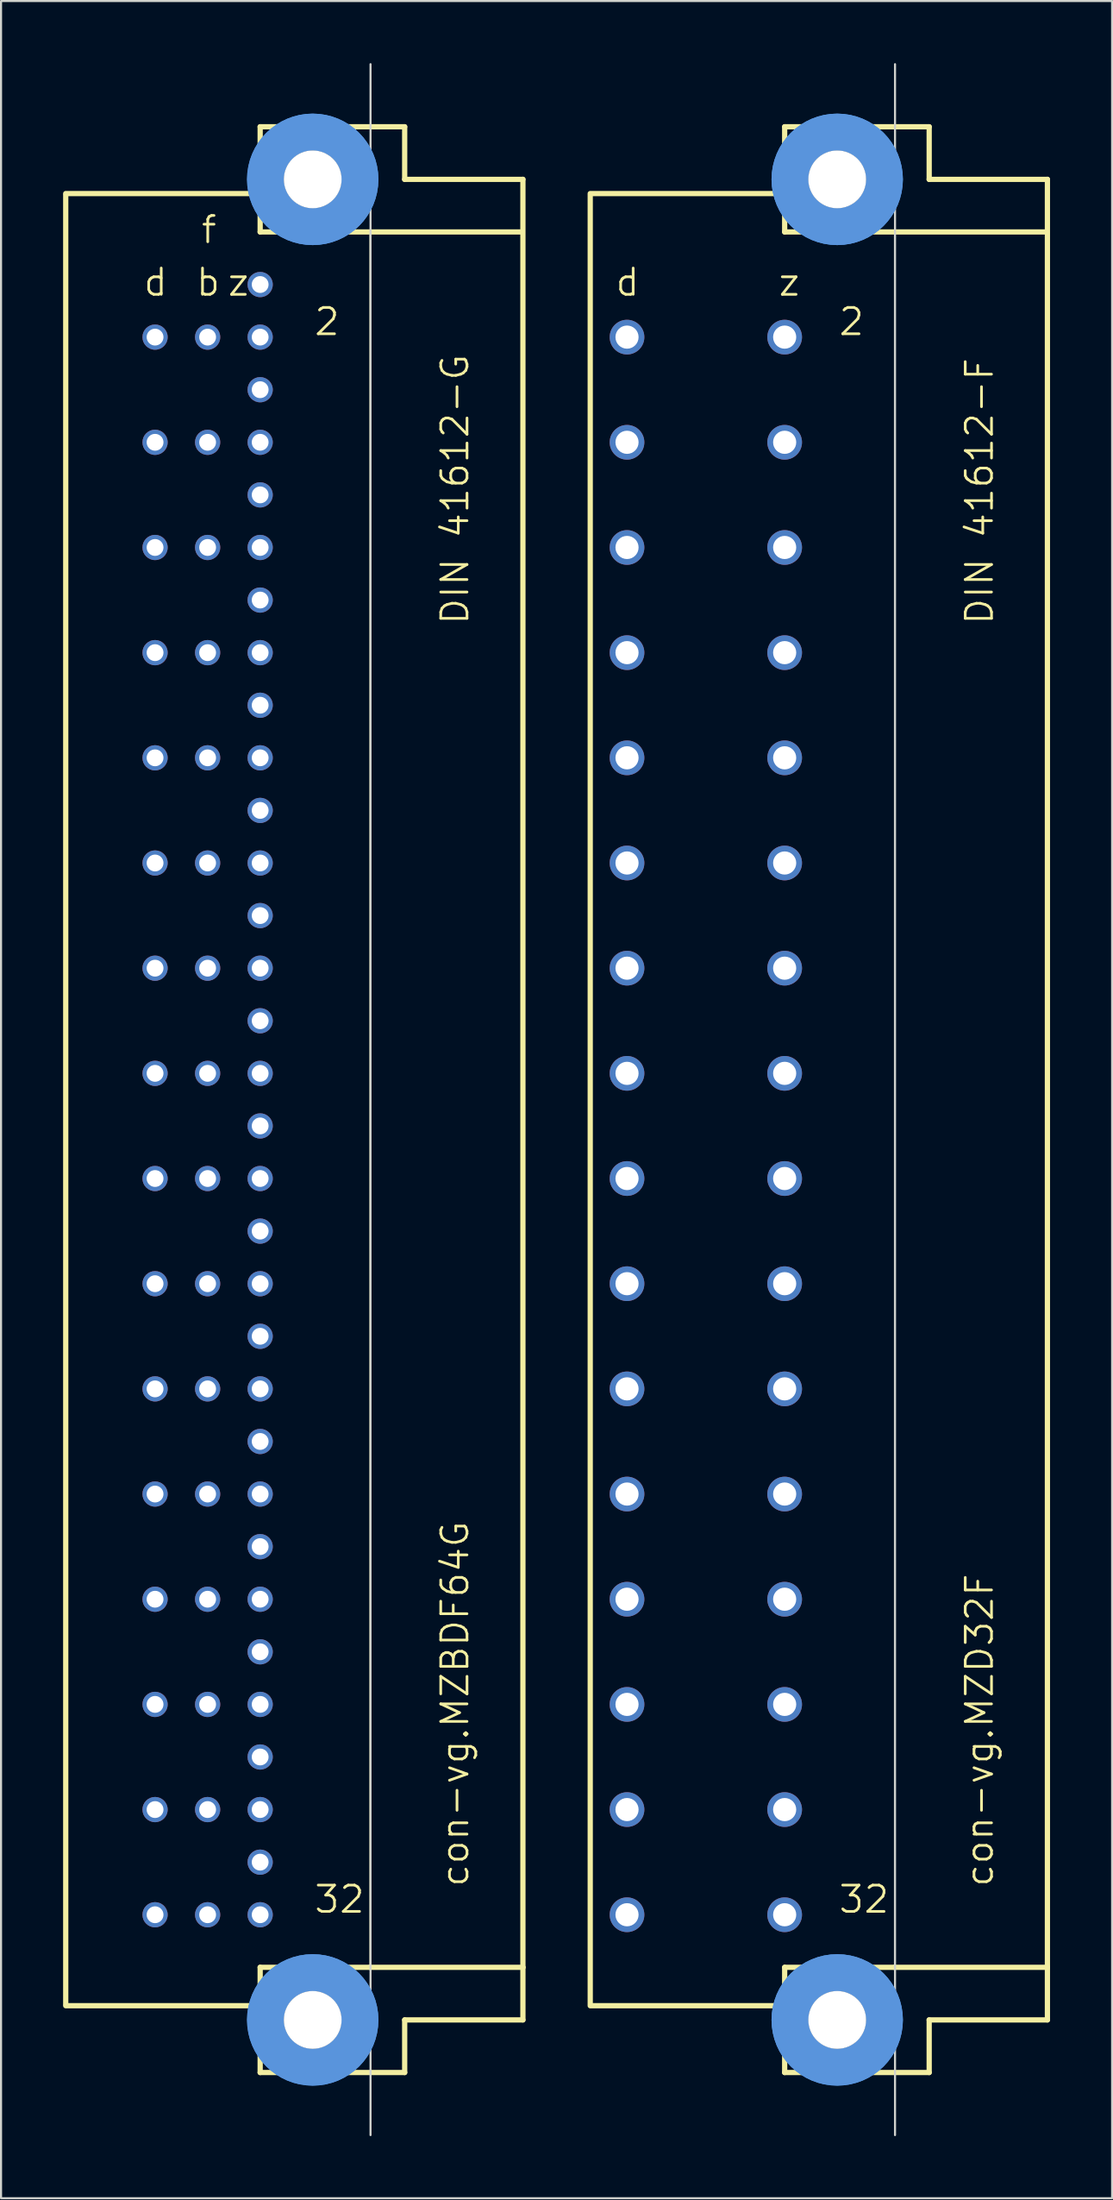
<source format=kicad_pcb>
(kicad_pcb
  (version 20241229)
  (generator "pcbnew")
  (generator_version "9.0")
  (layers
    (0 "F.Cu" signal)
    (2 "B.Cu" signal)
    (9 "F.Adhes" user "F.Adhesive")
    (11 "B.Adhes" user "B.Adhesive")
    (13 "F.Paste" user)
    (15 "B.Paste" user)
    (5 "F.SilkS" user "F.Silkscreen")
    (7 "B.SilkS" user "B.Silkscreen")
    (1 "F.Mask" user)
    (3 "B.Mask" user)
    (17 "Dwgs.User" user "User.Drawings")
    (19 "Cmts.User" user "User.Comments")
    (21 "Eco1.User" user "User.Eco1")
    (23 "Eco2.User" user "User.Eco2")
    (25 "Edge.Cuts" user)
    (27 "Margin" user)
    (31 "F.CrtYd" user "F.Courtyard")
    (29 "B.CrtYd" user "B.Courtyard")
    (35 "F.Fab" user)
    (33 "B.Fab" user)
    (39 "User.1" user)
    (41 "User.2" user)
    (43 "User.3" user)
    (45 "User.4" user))
  (footprint "con-vg.MZD32F"
    (layer "F.Cu")
    (at 37.417 50.063)
    (property "Reference" "con-vg.MZD32F" (at 7.62 38.1 90) (layer "F.SilkS") (effects (font (size 1.27 1.27) (thickness 0.13)) (justify left bottom)))
    (attr through_hole)
    (fp_line (start -11.938 -43.764) (end -2.54 -43.764) (stroke (width 0.254) (type default)) (layer "F.SilkS"))
    (fp_line (start -11.938 43.688) (end -11.938 -43.688) (stroke (width 0.254) (type default)) (layer "F.SilkS"))
    (fp_line (start -11.938 43.764) (end -2.54 43.764) (stroke (width 0.254) (type default)) (layer "F.SilkS"))
    (fp_line (start -2.54 -46.99) (end -2.54 -43.764) (stroke (width 0.254) (type default)) (layer "F.SilkS"))
    (fp_line (start -2.54 -43.764) (end -2.54 -41.91) (stroke (width 0.254) (type default)) (layer "F.SilkS"))
    (fp_line (start -2.54 -41.91) (end 10.109 -41.91) (stroke (width 0.254) (type default)) (layer "F.SilkS"))
    (fp_line (start -2.54 41.91) (end -2.54 43.764) (stroke (width 0.254) (type default)) (layer "F.SilkS"))
    (fp_line (start -2.54 41.91) (end 2.769 41.91) (stroke (width 0.254) (type default)) (layer "F.SilkS"))
    (fp_line (start -2.54 43.764) (end -2.54 46.99) (stroke (width 0.254) (type default)) (layer "F.SilkS"))
    (fp_line (start -2.54 46.99) (end 4.445 46.99) (stroke (width 0.254) (type default)) (layer "F.SilkS"))
    (fp_line (start 2.769 -41.783) (end 2.769 41.91) (stroke (width 0.051) (type default)) (layer "F.SilkS"))
    (fp_line (start 2.769 41.91) (end 10.16 41.91) (stroke (width 0.254) (type default)) (layer "F.SilkS"))
    (fp_line (start 4.445 -46.99) (end -2.54 -46.99) (stroke (width 0.254) (type default)) (layer "F.SilkS"))
    (fp_line (start 4.445 -44.45) (end 4.445 -46.99) (stroke (width 0.254) (type default)) (layer "F.SilkS"))
    (fp_line (start 4.445 44.45) (end 10.16 44.45) (stroke (width 0.254) (type default)) (layer "F.SilkS"))
    (fp_line (start 4.445 46.99) (end 4.445 44.45) (stroke (width 0.254) (type default)) (layer "F.SilkS"))
    (fp_line (start 10.16 -44.45) (end 4.445 -44.45) (stroke (width 0.254) (type default)) (layer "F.SilkS"))
    (fp_line (start 10.16 41.91) (end 10.16 -44.45) (stroke (width 0.254) (type default)) (layer "F.SilkS"))
    (fp_line (start 10.16 44.45) (end 10.16 41.91) (stroke (width 0.254) (type default)) (layer "F.SilkS"))
    (fp_circle (center 0 -44.45) (end 2.286 -44.45) (stroke (width 1.778) (type default)) (fill no) (layer "Cmts.User"))
    (fp_circle (center 0 -44.45) (end 2.286 -44.45) (stroke (width 1.778) (type default)) (fill no) (layer "Cmts.User"))
    (fp_circle (center 0 44.45) (end 2.286 44.45) (stroke (width 1.778) (type default)) (fill no) (layer "Cmts.User"))
    (fp_circle (center 0 44.45) (end 2.286 44.45) (stroke (width 1.778) (type default)) (fill no) (layer "Cmts.User"))
    (fp_line (start 2.794 50.013) (end 2.794 -50.013) (stroke (width 0.1) (type default)) (layer "Edge.Cuts"))
    (fp_text user "d" (at -10.795 -38.735 0) (layer "F.SilkS") (effects (font (size 1.27 1.27) (thickness 0.13)) (justify left bottom)))
    (fp_text user "DIN 41612-F" (at 7.62 -22.86 90) (layer "F.SilkS") (effects (font (size 1.27 1.27) (thickness 0.13)) (justify left bottom)))
    (fp_text user "2" (at 0 -36.83 0) (layer "F.SilkS") (effects (font (size 1.27 1.27) (thickness 0.13)) (justify left bottom)))
    (fp_text user "32" (at 0 39.37 0) (layer "F.SilkS") (effects (font (size 1.27 1.27) (thickness 0.13)) (justify left bottom)))
    (fp_text user "z" (at -2.921 -38.735 0) (layer "F.SilkS") (effects (font (size 1.27 1.27) (thickness 0.13)) (justify left bottom)))
    (pad "" np_thru_hole circle (at 0 -44.45) (size 2.794 2.794) (drill 2.794) (layers "*.Cu" "*.Mask"))
    (pad "" np_thru_hole circle (at 0 44.45) (size 2.794 2.794) (drill 2.794) (layers "*.Cu" "*.Mask"))
    (pad "D2" thru_hole circle (at -10.16 -36.83) (size 1.676 1.676) (drill 1.118) (layers "*.Cu" "*.Mask"))
    (pad "D4" thru_hole circle (at -10.16 -31.75) (size 1.676 1.676) (drill 1.118) (layers "*.Cu" "*.Mask"))
    (pad "D6" thru_hole circle (at -10.16 -26.67) (size 1.676 1.676) (drill 1.118) (layers "*.Cu" "*.Mask"))
    (pad "D8" thru_hole circle (at -10.16 -21.59) (size 1.676 1.676) (drill 1.118) (layers "*.Cu" "*.Mask"))
    (pad "D10" thru_hole circle (at -10.16 -16.51) (size 1.676 1.676) (drill 1.118) (layers "*.Cu" "*.Mask"))
    (pad "D12" thru_hole circle (at -10.16 -11.43) (size 1.676 1.676) (drill 1.118) (layers "*.Cu" "*.Mask"))
    (pad "D14" thru_hole circle (at -10.16 -6.35) (size 1.676 1.676) (drill 1.118) (layers "*.Cu" "*.Mask"))
    (pad "D16" thru_hole circle (at -10.16 -1.27) (size 1.676 1.676) (drill 1.118) (layers "*.Cu" "*.Mask"))
    (pad "D18" thru_hole circle (at -10.16 3.81) (size 1.676 1.676) (drill 1.118) (layers "*.Cu" "*.Mask"))
    (pad "D20" thru_hole circle (at -10.16 8.89) (size 1.676 1.676) (drill 1.118) (layers "*.Cu" "*.Mask"))
    (pad "D22" thru_hole circle (at -10.16 13.97) (size 1.676 1.676) (drill 1.118) (layers "*.Cu" "*.Mask"))
    (pad "D24" thru_hole circle (at -10.16 19.05) (size 1.676 1.676) (drill 1.118) (layers "*.Cu" "*.Mask"))
    (pad "D26" thru_hole circle (at -10.16 24.13) (size 1.676 1.676) (drill 1.118) (layers "*.Cu" "*.Mask"))
    (pad "D28" thru_hole circle (at -10.16 29.21) (size 1.676 1.676) (drill 1.118) (layers "*.Cu" "*.Mask"))
    (pad "D30" thru_hole circle (at -10.16 34.29) (size 1.676 1.676) (drill 1.118) (layers "*.Cu" "*.Mask"))
    (pad "D32" thru_hole circle (at -10.16 39.37) (size 1.676 1.676) (drill 1.118) (layers "*.Cu" "*.Mask"))
    (pad "Z2" thru_hole circle (at -2.54 -36.83) (size 1.676 1.676) (drill 1.118) (layers "*.Cu" "*.Mask"))
    (pad "Z4" thru_hole circle (at -2.54 -31.75) (size 1.676 1.676) (drill 1.118) (layers "*.Cu" "*.Mask"))
    (pad "Z6" thru_hole circle (at -2.54 -26.67) (size 1.676 1.676) (drill 1.118) (layers "*.Cu" "*.Mask"))
    (pad "Z8" thru_hole circle (at -2.54 -21.59) (size 1.676 1.676) (drill 1.118) (layers "*.Cu" "*.Mask"))
    (pad "Z10" thru_hole circle (at -2.54 -16.51) (size 1.676 1.676) (drill 1.118) (layers "*.Cu" "*.Mask"))
    (pad "Z12" thru_hole circle (at -2.54 -11.43) (size 1.676 1.676) (drill 1.118) (layers "*.Cu" "*.Mask"))
    (pad "Z14" thru_hole circle (at -2.54 -6.35) (size 1.676 1.676) (drill 1.118) (layers "*.Cu" "*.Mask"))
    (pad "Z16" thru_hole circle (at -2.54 -1.27) (size 1.676 1.676) (drill 1.118) (layers "*.Cu" "*.Mask"))
    (pad "Z18" thru_hole circle (at -2.54 3.81) (size 1.676 1.676) (drill 1.118) (layers "*.Cu" "*.Mask"))
    (pad "Z20" thru_hole circle (at -2.54 8.89) (size 1.676 1.676) (drill 1.118) (layers "*.Cu" "*.Mask"))
    (pad "Z22" thru_hole circle (at -2.54 13.97) (size 1.676 1.676) (drill 1.118) (layers "*.Cu" "*.Mask"))
    (pad "Z24" thru_hole circle (at -2.54 19.05) (size 1.676 1.676) (drill 1.118) (layers "*.Cu" "*.Mask"))
    (pad "Z26" thru_hole circle (at -2.54 24.13) (size 1.676 1.676) (drill 1.118) (layers "*.Cu" "*.Mask"))
    (pad "Z28" thru_hole circle (at -2.54 29.21) (size 1.676 1.676) (drill 1.118) (layers "*.Cu" "*.Mask"))
    (pad "Z30" thru_hole circle (at -2.54 34.29) (size 1.676 1.676) (drill 1.118) (layers "*.Cu" "*.Mask"))
    (pad "Z32" thru_hole circle (at -2.54 39.37) (size 1.676 1.676) (drill 1.118) (layers "*.Cu" "*.Mask")))
  (footprint "con-vg.MZBDF64G"
    (layer "F.Cu")
    (at 12.065 50.063)
    (property "Reference" "con-vg.MZBDF64G" (at 7.62 38.1 90) (layer "F.SilkS") (effects (font (size 1.27 1.27) (thickness 0.13)) (justify left bottom)))
    (attr through_hole)
    (fp_line (start -11.938 -43.764) (end -2.54 -43.764) (stroke (width 0.254) (type default)) (layer "F.SilkS"))
    (fp_line (start -11.938 43.688) (end -11.938 -43.688) (stroke (width 0.254) (type default)) (layer "F.SilkS"))
    (fp_line (start -11.938 43.764) (end -2.54 43.764) (stroke (width 0.254) (type default)) (layer "F.SilkS"))
    (fp_line (start -2.54 -46.99) (end -2.54 -43.764) (stroke (width 0.254) (type default)) (layer "F.SilkS"))
    (fp_line (start -2.54 -43.764) (end -2.54 -41.91) (stroke (width 0.254) (type default)) (layer "F.SilkS"))
    (fp_line (start -2.54 -41.91) (end 10.109 -41.91) (stroke (width 0.254) (type default)) (layer "F.SilkS"))
    (fp_line (start -2.54 41.91) (end -2.54 43.764) (stroke (width 0.254) (type default)) (layer "F.SilkS"))
    (fp_line (start -2.54 41.91) (end 2.769 41.91) (stroke (width 0.254) (type default)) (layer "F.SilkS"))
    (fp_line (start -2.54 43.764) (end -2.54 46.99) (stroke (width 0.254) (type default)) (layer "F.SilkS"))
    (fp_line (start -2.54 46.99) (end 4.445 46.99) (stroke (width 0.254) (type default)) (layer "F.SilkS"))
    (fp_line (start 2.769 -41.783) (end 2.769 41.91) (stroke (width 0.051) (type default)) (layer "F.SilkS"))
    (fp_line (start 2.769 41.91) (end 10.16 41.91) (stroke (width 0.254) (type default)) (layer "F.SilkS"))
    (fp_line (start 4.445 -46.99) (end -2.54 -46.99) (stroke (width 0.254) (type default)) (layer "F.SilkS"))
    (fp_line (start 4.445 -44.45) (end 4.445 -46.99) (stroke (width 0.254) (type default)) (layer "F.SilkS"))
    (fp_line (start 4.445 44.45) (end 10.16 44.45) (stroke (width 0.254) (type default)) (layer "F.SilkS"))
    (fp_line (start 4.445 46.99) (end 4.445 44.45) (stroke (width 0.254) (type default)) (layer "F.SilkS"))
    (fp_line (start 10.16 -44.45) (end 4.445 -44.45) (stroke (width 0.254) (type default)) (layer "F.SilkS"))
    (fp_line (start 10.16 41.91) (end 10.16 -44.45) (stroke (width 0.254) (type default)) (layer "F.SilkS"))
    (fp_line (start 10.16 44.45) (end 10.16 41.91) (stroke (width 0.254) (type default)) (layer "F.SilkS"))
    (fp_circle (center 0 -44.45) (end 2.286 -44.45) (stroke (width 1.778) (type default)) (fill no) (layer "Cmts.User"))
    (fp_circle (center 0 -44.45) (end 2.286 -44.45) (stroke (width 1.778) (type default)) (fill no) (layer "Cmts.User"))
    (fp_circle (center 0 44.45) (end 2.286 44.45) (stroke (width 1.778) (type default)) (fill no) (layer "Cmts.User"))
    (fp_circle (center 0 44.45) (end 2.286 44.45) (stroke (width 1.778) (type default)) (fill no) (layer "Cmts.User"))
    (fp_line (start 2.794 50.013) (end 2.794 -50.013) (stroke (width 0.1) (type default)) (layer "Edge.Cuts"))
    (fp_text user "32" (at 0 39.37 0) (layer "F.SilkS") (effects (font (size 1.27 1.27) (thickness 0.13)) (justify left bottom)))
    (fp_text user "b" (at -5.715 -38.735 0) (layer "F.SilkS") (effects (font (size 1.27 1.27) (thickness 0.13)) (justify left bottom)))
    (fp_text user "2" (at 0 -36.83 0) (layer "F.SilkS") (effects (font (size 1.27 1.27) (thickness 0.13)) (justify left bottom)))
    (fp_text user "DIN 41612-G" (at 7.62 -22.86 90) (layer "F.SilkS") (effects (font (size 1.27 1.27) (thickness 0.13)) (justify left bottom)))
    (fp_text user "d" (at -8.255 -38.735 0) (layer "F.SilkS") (effects (font (size 1.27 1.27) (thickness 0.13)) (justify left bottom)))
    (fp_text user "f" (at -5.461 -41.275 0) (layer "F.SilkS") (effects (font (size 1.27 1.27) (thickness 0.13)) (justify left bottom)))
    (fp_text user "z" (at -4.191 -38.735 0) (layer "F.SilkS") (effects (font (size 1.27 1.27) (thickness 0.13)) (justify left bottom)))
    (pad "" np_thru_hole circle (at 0 -44.45) (size 2.794 2.794) (drill 2.794) (layers "*.Cu" "*.Mask"))
    (pad "" np_thru_hole circle (at 0 44.45) (size 2.794 2.794) (drill 2.794) (layers "*.Cu" "*.Mask"))
    (pad "B2" thru_hole circle (at -5.08 -36.83) (size 1.219 1.219) (drill 0.813) (layers "*.Cu" "*.Mask"))
    (pad "B4" thru_hole circle (at -5.08 -31.75) (size 1.219 1.219) (drill 0.813) (layers "*.Cu" "*.Mask"))
    (pad "B6" thru_hole circle (at -5.08 -26.67) (size 1.219 1.219) (drill 0.813) (layers "*.Cu" "*.Mask"))
    (pad "B8" thru_hole circle (at -5.08 -21.59) (size 1.219 1.219) (drill 0.813) (layers "*.Cu" "*.Mask"))
    (pad "B10" thru_hole circle (at -5.08 -16.51) (size 1.219 1.219) (drill 0.813) (layers "*.Cu" "*.Mask"))
    (pad "B12" thru_hole circle (at -5.08 -11.43) (size 1.219 1.219) (drill 0.813) (layers "*.Cu" "*.Mask"))
    (pad "B14" thru_hole circle (at -5.08 -6.35) (size 1.219 1.219) (drill 0.813) (layers "*.Cu" "*.Mask"))
    (pad "B16" thru_hole circle (at -5.08 -1.27) (size 1.219 1.219) (drill 0.813) (layers "*.Cu" "*.Mask"))
    (pad "B18" thru_hole circle (at -5.08 3.81) (size 1.219 1.219) (drill 0.813) (layers "*.Cu" "*.Mask"))
    (pad "B20" thru_hole circle (at -5.08 8.89) (size 1.219 1.219) (drill 0.813) (layers "*.Cu" "*.Mask"))
    (pad "B22" thru_hole circle (at -5.08 13.97) (size 1.219 1.219) (drill 0.813) (layers "*.Cu" "*.Mask"))
    (pad "B24" thru_hole circle (at -5.08 19.05) (size 1.219 1.219) (drill 0.813) (layers "*.Cu" "*.Mask"))
    (pad "B26" thru_hole circle (at -5.08 24.13) (size 1.219 1.219) (drill 0.813) (layers "*.Cu" "*.Mask"))
    (pad "B28" thru_hole circle (at -5.08 29.21) (size 1.219 1.219) (drill 0.813) (layers "*.Cu" "*.Mask"))
    (pad "B30" thru_hole circle (at -5.08 34.29) (size 1.219 1.219) (drill 0.813) (layers "*.Cu" "*.Mask"))
    (pad "B32" thru_hole circle (at -5.08 39.37) (size 1.219 1.219) (drill 0.813) (layers "*.Cu" "*.Mask"))
    (pad "D2" thru_hole circle (at -7.62 -36.83) (size 1.219 1.219) (drill 0.813) (layers "*.Cu" "*.Mask"))
    (pad "D4" thru_hole circle (at -7.62 -31.75) (size 1.219 1.219) (drill 0.813) (layers "*.Cu" "*.Mask"))
    (pad "D6" thru_hole circle (at -7.62 -26.67) (size 1.219 1.219) (drill 0.813) (layers "*.Cu" "*.Mask"))
    (pad "D8" thru_hole circle (at -7.62 -21.59) (size 1.219 1.219) (drill 0.813) (layers "*.Cu" "*.Mask"))
    (pad "D10" thru_hole circle (at -7.62 -16.51) (size 1.219 1.219) (drill 0.813) (layers "*.Cu" "*.Mask"))
    (pad "D12" thru_hole circle (at -7.62 -11.43) (size 1.219 1.219) (drill 0.813) (layers "*.Cu" "*.Mask"))
    (pad "D14" thru_hole circle (at -7.62 -6.35) (size 1.219 1.219) (drill 0.813) (layers "*.Cu" "*.Mask"))
    (pad "D16" thru_hole circle (at -7.62 -1.27) (size 1.219 1.219) (drill 0.813) (layers "*.Cu" "*.Mask"))
    (pad "D18" thru_hole circle (at -7.62 3.81) (size 1.219 1.219) (drill 0.813) (layers "*.Cu" "*.Mask"))
    (pad "D20" thru_hole circle (at -7.62 8.89) (size 1.219 1.219) (drill 0.813) (layers "*.Cu" "*.Mask"))
    (pad "D22" thru_hole circle (at -7.62 13.97) (size 1.219 1.219) (drill 0.813) (layers "*.Cu" "*.Mask"))
    (pad "D24" thru_hole circle (at -7.62 19.05) (size 1.219 1.219) (drill 0.813) (layers "*.Cu" "*.Mask"))
    (pad "D26" thru_hole circle (at -7.62 24.13) (size 1.219 1.219) (drill 0.813) (layers "*.Cu" "*.Mask"))
    (pad "D28" thru_hole circle (at -7.62 29.21) (size 1.219 1.219) (drill 0.813) (layers "*.Cu" "*.Mask"))
    (pad "D30" thru_hole circle (at -7.62 34.29) (size 1.219 1.219) (drill 0.813) (layers "*.Cu" "*.Mask"))
    (pad "D32" thru_hole circle (at -7.62 39.37) (size 1.219 1.219) (drill 0.813) (layers "*.Cu" "*.Mask"))
    (pad "F2" thru_hole circle (at -2.54 -39.37) (size 1.219 1.219) (drill 0.813) (layers "*.Cu" "*.Mask"))
    (pad "F4" thru_hole circle (at -2.54 -34.29) (size 1.219 1.219) (drill 0.813) (layers "*.Cu" "*.Mask"))
    (pad "F6" thru_hole circle (at -2.54 -29.21) (size 1.219 1.219) (drill 0.813) (layers "*.Cu" "*.Mask"))
    (pad "F8" thru_hole circle (at -2.54 -24.13) (size 1.219 1.219) (drill 0.813) (layers "*.Cu" "*.Mask"))
    (pad "F10" thru_hole circle (at -2.54 -19.05) (size 1.219 1.219) (drill 0.813) (layers "*.Cu" "*.Mask"))
    (pad "F12" thru_hole circle (at -2.54 -13.97) (size 1.219 1.219) (drill 0.813) (layers "*.Cu" "*.Mask"))
    (pad "F14" thru_hole circle (at -2.54 -8.89) (size 1.219 1.219) (drill 0.813) (layers "*.Cu" "*.Mask"))
    (pad "F16" thru_hole circle (at -2.54 -3.81) (size 1.219 1.219) (drill 0.813) (layers "*.Cu" "*.Mask"))
    (pad "F18" thru_hole circle (at -2.54 1.27) (size 1.219 1.219) (drill 0.813) (layers "*.Cu" "*.Mask"))
    (pad "F20" thru_hole circle (at -2.54 6.35) (size 1.219 1.219) (drill 0.813) (layers "*.Cu" "*.Mask"))
    (pad "F22" thru_hole circle (at -2.54 11.43) (size 1.219 1.219) (drill 0.813) (layers "*.Cu" "*.Mask"))
    (pad "F24" thru_hole circle (at -2.54 16.51) (size 1.219 1.219) (drill 0.813) (layers "*.Cu" "*.Mask"))
    (pad "F26" thru_hole circle (at -2.54 21.59) (size 1.219 1.219) (drill 0.813) (layers "*.Cu" "*.Mask"))
    (pad "F28" thru_hole circle (at -2.54 26.67) (size 1.219 1.219) (drill 0.813) (layers "*.Cu" "*.Mask"))
    (pad "F30" thru_hole circle (at -2.54 31.75) (size 1.219 1.219) (drill 0.813) (layers "*.Cu" "*.Mask"))
    (pad "F32" thru_hole circle (at -2.54 36.83) (size 1.219 1.219) (drill 0.813) (layers "*.Cu" "*.Mask"))
    (pad "Z2" thru_hole circle (at -2.54 -36.83) (size 1.219 1.219) (drill 0.813) (layers "*.Cu" "*.Mask"))
    (pad "Z4" thru_hole circle (at -2.54 -31.75) (size 1.219 1.219) (drill 0.813) (layers "*.Cu" "*.Mask"))
    (pad "Z6" thru_hole circle (at -2.54 -26.67) (size 1.219 1.219) (drill 0.813) (layers "*.Cu" "*.Mask"))
    (pad "Z8" thru_hole circle (at -2.54 -21.59) (size 1.219 1.219) (drill 0.813) (layers "*.Cu" "*.Mask"))
    (pad "Z10" thru_hole circle (at -2.54 -16.51) (size 1.219 1.219) (drill 0.813) (layers "*.Cu" "*.Mask"))
    (pad "Z12" thru_hole circle (at -2.54 -11.43) (size 1.219 1.219) (drill 0.813) (layers "*.Cu" "*.Mask"))
    (pad "Z14" thru_hole circle (at -2.54 -6.35) (size 1.219 1.219) (drill 0.813) (layers "*.Cu" "*.Mask"))
    (pad "Z16" thru_hole circle (at -2.54 -1.27) (size 1.219 1.219) (drill 0.813) (layers "*.Cu" "*.Mask"))
    (pad "Z18" thru_hole circle (at -2.54 3.81) (size 1.219 1.219) (drill 0.813) (layers "*.Cu" "*.Mask"))
    (pad "Z20" thru_hole circle (at -2.54 8.89) (size 1.219 1.219) (drill 0.813) (layers "*.Cu" "*.Mask"))
    (pad "Z22" thru_hole circle (at -2.54 13.97) (size 1.219 1.219) (drill 0.813) (layers "*.Cu" "*.Mask"))
    (pad "Z24" thru_hole circle (at -2.54 19.05) (size 1.219 1.219) (drill 0.813) (layers "*.Cu" "*.Mask"))
    (pad "Z26" thru_hole circle (at -2.54 24.13) (size 1.219 1.219) (drill 0.813) (layers "*.Cu" "*.Mask"))
    (pad "Z28" thru_hole circle (at -2.54 29.21) (size 1.219 1.219) (drill 0.813) (layers "*.Cu" "*.Mask"))
    (pad "Z30" thru_hole circle (at -2.54 34.29) (size 1.219 1.219) (drill 0.813) (layers "*.Cu" "*.Mask"))
    (pad "Z32" thru_hole circle (at -2.54 39.37) (size 1.219 1.219) (drill 0.813) (layers "*.Cu" "*.Mask")))
  (gr_rect
    (start -3 -3)
    (end 50.704 103.125)
    (stroke (width 0.1) (type default))
    (fill no)
    (layer "Edge.Cuts")))
</source>
